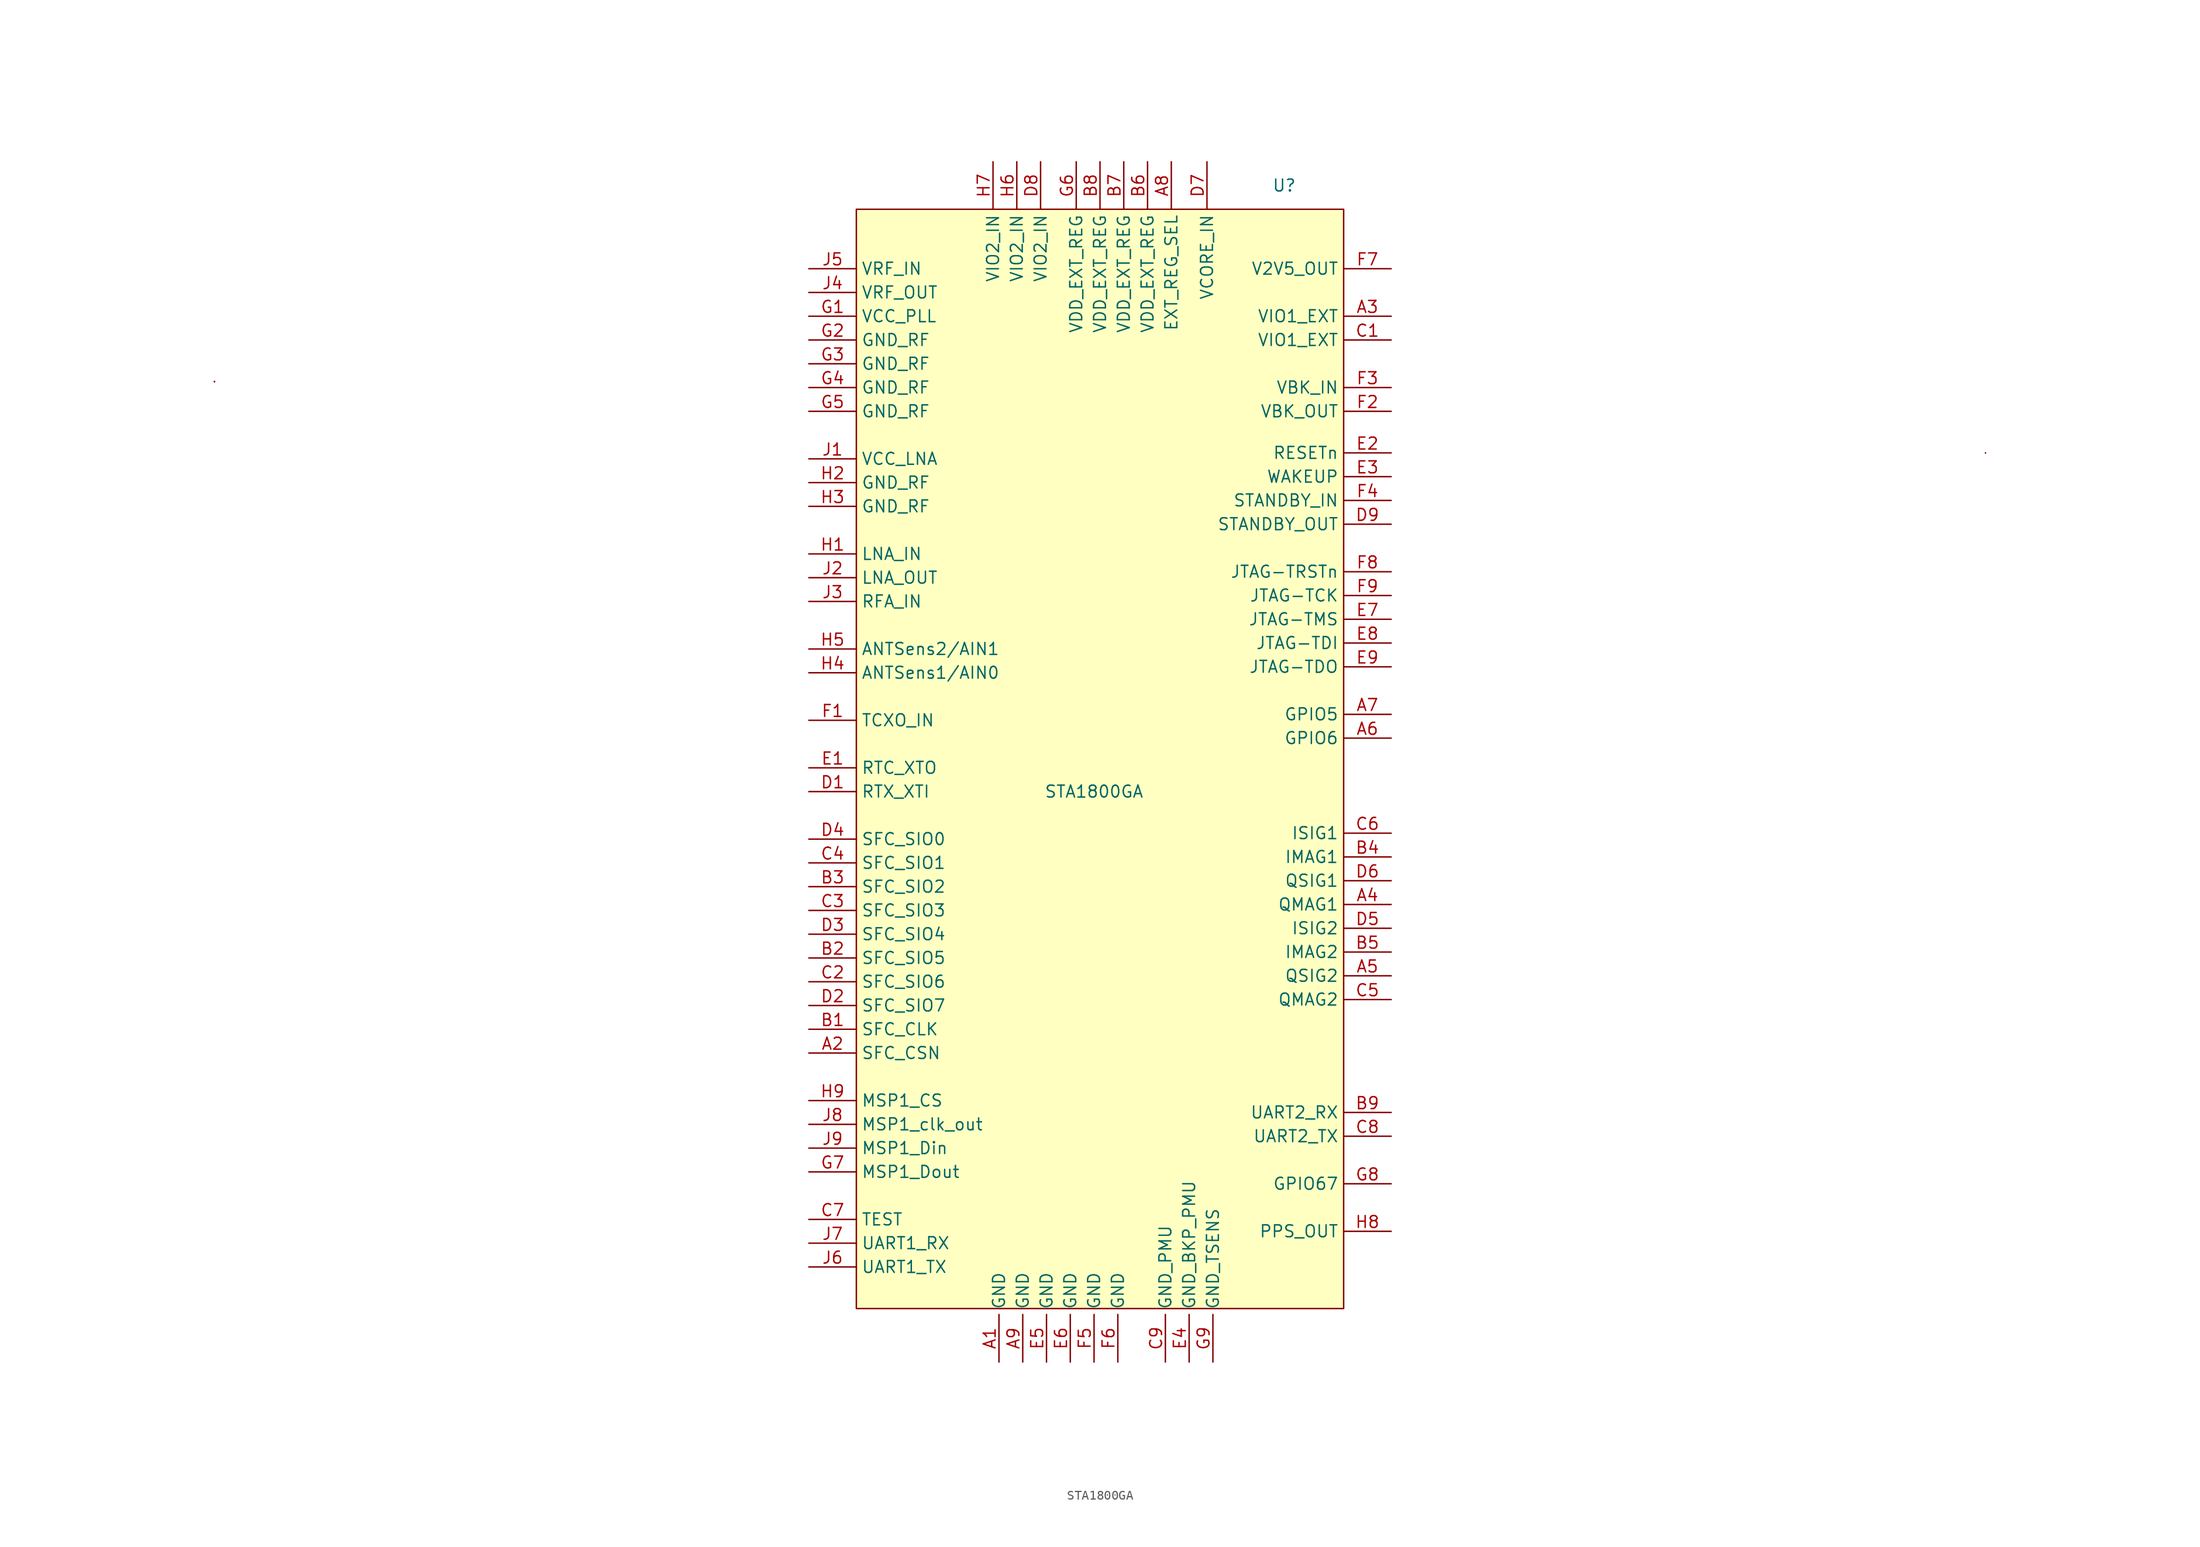
<source format=kicad_sym>
(kicad_symbol_lib
  (version 20211014)
  (generator kicad_symbol_editor)
  (symbol "STA1800GA"
    (property "Reference" "U"
      (at 19.05 53.34 0)
      (effects (font (size 1.27 1.27))))
    (property "Value" "STA1800GA"
      (at -1.27 -11.43 0)
      (effects (font (size 1.27 1.27))))
    (symbol "STA1800GA_0_1"
      (rectangle (start -95.25 32.385) (end -95.25 32.385) (stroke (width 0) (type default) (color 0 0 0 0)) (fill (type none)))
      (rectangle (start -95.25 32.385) (end -95.25 32.385) (stroke (width 0) (type default) (color 0 0 0 0)) (fill (type none)))
      (rectangle (start -95.25 32.385) (end -95.25 32.385) (stroke (width 0) (type default) (color 0 0 0 0)) (fill (type none)))
      (rectangle (start -95.25 32.385) (end -95.25 32.385) (stroke (width 0) (type default) (color 0 0 0 0)) (fill (type none)))
      (rectangle (start -95.25 32.385) (end -95.25 32.385) (stroke (width 0) (type default) (color 0 0 0 0)) (fill (type none)))
      (rectangle (start -95.25 32.385) (end -95.25 32.385) (stroke (width 0) (type default) (color 0 0 0 0)) (fill (type none)))
      (rectangle (start -26.67 50.8) (end 25.4 -66.675) (stroke (width 0) (type default) (color 0 0 0 0)) (fill (type background)))
      (rectangle (start 93.98 24.765) (end 93.98 24.765) (stroke (width 0) (type default) (color 0 0 0 0)) (fill (type none)))
      (rectangle (start 93.98 24.765) (end 93.98 24.765) (stroke (width 0) (type default) (color 0 0 0 0)) (fill (type none))))
    (symbol "STA1800GA_1_1"
      (pin power_in line (at -11.43 -72.39 90) (length 5.08) (name "GND" (effects (font (size 1.27 1.27)))) (number "A1" (effects (font (size 1.27 1.27)))))
      (pin output line (at -31.75 -39.37 0) (length 5.08) (name "SFC_CSN" (effects (font (size 1.27 1.27)))) (number "A2" (effects (font (size 1.27 1.27)))))
      (pin power_out line (at 30.48 39.37 180) (length 5.08) (name "VIO1_EXT" (effects (font (size 1.27 1.27)))) (number "A3" (effects (font (size 1.27 1.27)))))
      (pin input line (at 30.48 -23.495 180) (length 5.08) (name "QMAG1" (effects (font (size 1.27 1.27)))) (number "A4" (effects (font (size 1.27 1.27)))))
      (pin input line (at 30.48 -31.115 180) (length 5.08) (name "QSIG2" (effects (font (size 1.27 1.27)))) (number "A5" (effects (font (size 1.27 1.27)))))
      (pin bidirectional line (at 30.48 -5.715 180) (length 5.08) (name "GPIO6" (effects (font (size 1.27 1.27)))) (number "A6" (effects (font (size 1.27 1.27)))))
      (pin bidirectional line (at 30.48 -3.175 180) (length 5.08) (name "GPIO5" (effects (font (size 1.27 1.27)))) (number "A7" (effects (font (size 1.27 1.27)))))
      (pin input line (at 6.985 55.88 270) (length 5.08) (name "EXT_REG_SEL" (effects (font (size 1.27 1.27)))) (number "A8" (effects (font (size 1.27 1.27)))))
      (pin power_in line (at -8.89 -72.39 90) (length 5.08) (name "GND" (effects (font (size 1.27 1.27)))) (number "A9" (effects (font (size 1.27 1.27)))))
      (pin output line (at -31.75 -36.83 0) (length 5.08) (name "SFC_CLK" (effects (font (size 1.27 1.27)))) (number "B1" (effects (font (size 1.27 1.27)))))
      (pin bidirectional line (at -31.75 -29.21 0) (length 5.08) (name "SFC_SIO5" (effects (font (size 1.27 1.27)))) (number "B2" (effects (font (size 1.27 1.27)))))
      (pin bidirectional line (at -31.75 -21.59 0) (length 5.08) (name "SFC_SIO2" (effects (font (size 1.27 1.27)))) (number "B3" (effects (font (size 1.27 1.27)))))
      (pin input line (at 30.48 -18.415 180) (length 5.08) (name "IMAG1" (effects (font (size 1.27 1.27)))) (number "B4" (effects (font (size 1.27 1.27)))))
      (pin input line (at 30.48 -28.575 180) (length 5.08) (name "IMAG2" (effects (font (size 1.27 1.27)))) (number "B5" (effects (font (size 1.27 1.27)))))
      (pin power_out line (at 4.445 55.88 270) (length 5.08) (name "VDD_EXT_REG" (effects (font (size 1.27 1.27)))) (number "B6" (effects (font (size 1.27 1.27)))))
      (pin power_out line (at 1.905 55.88 270) (length 5.08) (name "VDD_EXT_REG" (effects (font (size 1.27 1.27)))) (number "B7" (effects (font (size 1.27 1.27)))))
      (pin power_out line (at -0.635 55.88 270) (length 5.08) (name "VDD_EXT_REG" (effects (font (size 1.27 1.27)))) (number "B8" (effects (font (size 1.27 1.27)))))
      (pin bidirectional line (at 30.48 -45.72 180) (length 5.08) (name "UART2_RX" (effects (font (size 1.27 1.27)))) (number "B9" (effects (font (size 1.27 1.27)))))
      (pin power_out line (at 30.48 36.83 180) (length 5.08) (name "VIO1_EXT" (effects (font (size 1.27 1.27)))) (number "C1" (effects (font (size 1.27 1.27)))))
      (pin bidirectional line (at -31.75 -31.75 0) (length 5.08) (name "SFC_SIO6" (effects (font (size 1.27 1.27)))) (number "C2" (effects (font (size 1.27 1.27)))))
      (pin bidirectional line (at -31.75 -24.13 0) (length 5.08) (name "SFC_SIO3" (effects (font (size 1.27 1.27)))) (number "C3" (effects (font (size 1.27 1.27)))))
      (pin bidirectional line (at -31.75 -19.05 0) (length 5.08) (name "SFC_SIO1" (effects (font (size 1.27 1.27)))) (number "C4" (effects (font (size 1.27 1.27)))))
      (pin input line (at 30.48 -33.655 180) (length 5.08) (name "QMAG2" (effects (font (size 1.27 1.27)))) (number "C5" (effects (font (size 1.27 1.27)))))
      (pin input line (at 30.48 -15.875 180) (length 5.08) (name "ISIG1" (effects (font (size 1.27 1.27)))) (number "C6" (effects (font (size 1.27 1.27)))))
      (pin input line (at -31.75 -57.15 0) (length 5.08) (name "TEST" (effects (font (size 1.27 1.27)))) (number "C7" (effects (font (size 1.27 1.27)))))
      (pin bidirectional line (at 30.48 -48.26 180) (length 5.08) (name "UART2_TX" (effects (font (size 1.27 1.27)))) (number "C8" (effects (font (size 1.27 1.27)))))
      (pin power_in line (at 6.35 -72.39 90) (length 5.08) (name "GND_PMU" (effects (font (size 1.27 1.27)))) (number "C9" (effects (font (size 1.27 1.27)))))
      (pin input line (at -31.75 -11.43 0) (length 5.08) (name "RTX_XTI" (effects (font (size 1.27 1.27)))) (number "D1" (effects (font (size 1.27 1.27)))))
      (pin bidirectional line (at -31.75 -34.29 0) (length 5.08) (name "SFC_SIO7" (effects (font (size 1.27 1.27)))) (number "D2" (effects (font (size 1.27 1.27)))))
      (pin bidirectional line (at -31.75 -26.67 0) (length 5.08) (name "SFC_SIO4" (effects (font (size 1.27 1.27)))) (number "D3" (effects (font (size 1.27 1.27)))))
      (pin bidirectional line (at -31.75 -16.51 0) (length 5.08) (name "SFC_SIO0" (effects (font (size 1.27 1.27)))) (number "D4" (effects (font (size 1.27 1.27)))))
      (pin input line (at 30.48 -26.035 180) (length 5.08) (name "ISIG2" (effects (font (size 1.27 1.27)))) (number "D5" (effects (font (size 1.27 1.27)))))
      (pin input line (at 30.48 -20.955 180) (length 5.08) (name "QSIG1" (effects (font (size 1.27 1.27)))) (number "D6" (effects (font (size 1.27 1.27)))))
      (pin power_in line (at 10.795 55.88 270) (length 5.08) (name "VCORE_IN" (effects (font (size 1.27 1.27)))) (number "D7" (effects (font (size 1.27 1.27)))))
      (pin power_in line (at -6.985 55.88 270) (length 5.08) (name "VIO2_IN" (effects (font (size 1.27 1.27)))) (number "D8" (effects (font (size 1.27 1.27)))))
      (pin output line (at 30.48 17.145 180) (length 5.08) (name "STANDBY_OUT" (effects (font (size 1.27 1.27)))) (number "D9" (effects (font (size 1.27 1.27)))))
      (pin output line (at -31.75 -8.89 0) (length 5.08) (name "RTC_XTO" (effects (font (size 1.27 1.27)))) (number "E1" (effects (font (size 1.27 1.27)))))
      (pin input line (at 30.48 24.765 180) (length 5.08) (name "RESETn" (effects (font (size 1.27 1.27)))) (number "E2" (effects (font (size 1.27 1.27)))))
      (pin input line (at 30.48 22.225 180) (length 5.08) (name "WAKEUP" (effects (font (size 1.27 1.27)))) (number "E3" (effects (font (size 1.27 1.27)))))
      (pin power_in line (at 8.89 -72.39 90) (length 5.08) (name "GND_BKP_PMU" (effects (font (size 1.27 1.27)))) (number "E4" (effects (font (size 1.27 1.27)))))
      (pin power_in line (at -6.35 -72.39 90) (length 5.08) (name "GND" (effects (font (size 1.27 1.27)))) (number "E5" (effects (font (size 1.27 1.27)))))
      (pin power_in line (at -3.81 -72.39 90) (length 5.08) (name "GND" (effects (font (size 1.27 1.27)))) (number "E6" (effects (font (size 1.27 1.27)))))
      (pin bidirectional line (at 30.48 6.985 180) (length 5.08) (name "JTAG-TMS" (effects (font (size 1.27 1.27)))) (number "E7" (effects (font (size 1.27 1.27)))))
      (pin bidirectional line (at 30.48 4.445 180) (length 5.08) (name "JTAG-TDI" (effects (font (size 1.27 1.27)))) (number "E8" (effects (font (size 1.27 1.27)))))
      (pin bidirectional line (at 30.48 1.905 180) (length 5.08) (name "JTAG-TDO" (effects (font (size 1.27 1.27)))) (number "E9" (effects (font (size 1.27 1.27)))))
      (pin input line (at -31.75 -3.81 0) (length 5.08) (name "TCXO_IN" (effects (font (size 1.27 1.27)))) (number "F1" (effects (font (size 1.27 1.27)))))
      (pin power_out line (at 30.48 29.21 180) (length 5.08) (name "VBK_OUT" (effects (font (size 1.27 1.27)))) (number "F2" (effects (font (size 1.27 1.27)))))
      (pin power_in line (at 30.48 31.75 180) (length 5.08) (name "VBK_IN" (effects (font (size 1.27 1.27)))) (number "F3" (effects (font (size 1.27 1.27)))))
      (pin input line (at 30.48 19.685 180) (length 5.08) (name "STANDBY_IN" (effects (font (size 1.27 1.27)))) (number "F4" (effects (font (size 1.27 1.27)))))
      (pin power_in line (at -1.27 -72.39 90) (length 5.08) (name "GND" (effects (font (size 1.27 1.27)))) (number "F5" (effects (font (size 1.27 1.27)))))
      (pin power_in line (at 1.27 -72.39 90) (length 5.08) (name "GND" (effects (font (size 1.27 1.27)))) (number "F6" (effects (font (size 1.27 1.27)))))
      (pin power_out line (at 30.48 44.45 180) (length 5.08) (name "V2V5_OUT" (effects (font (size 1.27 1.27)))) (number "F7" (effects (font (size 1.27 1.27)))))
      (pin bidirectional line (at 30.48 12.065 180) (length 5.08) (name "JTAG-TRSTn" (effects (font (size 1.27 1.27)))) (number "F8" (effects (font (size 1.27 1.27)))))
      (pin bidirectional line (at 30.48 9.525 180) (length 5.08) (name "JTAG-TCK" (effects (font (size 1.27 1.27)))) (number "F9" (effects (font (size 1.27 1.27)))))
      (pin power_in line (at -31.75 39.37 0) (length 5.08) (name "VCC_PLL" (effects (font (size 1.27 1.27)))) (number "G1" (effects (font (size 1.27 1.27)))))
      (pin power_in line (at -31.75 36.83 0) (length 5.08) (name "GND_RF" (effects (font (size 1.27 1.27)))) (number "G2" (effects (font (size 1.27 1.27)))))
      (pin power_in line (at -31.75 34.29 0) (length 5.08) (name "GND_RF" (effects (font (size 1.27 1.27)))) (number "G3" (effects (font (size 1.27 1.27)))))
      (pin power_in line (at -31.75 31.75 0) (length 5.08) (name "GND_RF" (effects (font (size 1.27 1.27)))) (number "G4" (effects (font (size 1.27 1.27)))))
      (pin power_in line (at -31.75 29.21 0) (length 5.08) (name "GND_RF" (effects (font (size 1.27 1.27)))) (number "G5" (effects (font (size 1.27 1.27)))))
      (pin power_out line (at -3.175 55.88 270) (length 5.08) (name "VDD_EXT_REG" (effects (font (size 1.27 1.27)))) (number "G6" (effects (font (size 1.27 1.27)))))
      (pin bidirectional line (at -31.75 -52.07 0) (length 5.08) (name "MSP1_Dout" (effects (font (size 1.27 1.27)))) (number "G7" (effects (font (size 1.27 1.27)))))
      (pin bidirectional line (at 30.48 -53.34 180) (length 5.08) (name "GPIO67" (effects (font (size 1.27 1.27)))) (number "G8" (effects (font (size 1.27 1.27)))))
      (pin power_in line (at 11.43 -72.39 90) (length 5.08) (name "GND_TSENS" (effects (font (size 1.27 1.27)))) (number "G9" (effects (font (size 1.27 1.27)))))
      (pin input line (at -31.75 13.97 0) (length 5.08) (name "LNA_IN" (effects (font (size 1.27 1.27)))) (number "H1" (effects (font (size 1.27 1.27)))))
      (pin power_in line (at -31.75 21.59 0) (length 5.08) (name "GND_RF" (effects (font (size 1.27 1.27)))) (number "H2" (effects (font (size 1.27 1.27)))))
      (pin power_in line (at -31.75 19.05 0) (length 5.08) (name "GND_RF" (effects (font (size 1.27 1.27)))) (number "H3" (effects (font (size 1.27 1.27)))))
      (pin input line (at -31.75 1.27 0) (length 5.08) (name "ANTSens1/AIN0" (effects (font (size 1.27 1.27)))) (number "H4" (effects (font (size 1.27 1.27)))))
      (pin input line (at -31.75 3.81 0) (length 5.08) (name "ANTSens2/AIN1" (effects (font (size 1.27 1.27)))) (number "H5" (effects (font (size 1.27 1.27)))))
      (pin power_in line (at -9.525 55.88 270) (length 5.08) (name "VIO2_IN" (effects (font (size 1.27 1.27)))) (number "H6" (effects (font (size 1.27 1.27)))))
      (pin power_in line (at -12.065 55.88 270) (length 5.08) (name "VIO2_IN" (effects (font (size 1.27 1.27)))) (number "H7" (effects (font (size 1.27 1.27)))))
      (pin bidirectional line (at 30.48 -58.42 180) (length 5.08) (name "PPS_OUT" (effects (font (size 1.27 1.27)))) (number "H8" (effects (font (size 1.27 1.27)))))
      (pin bidirectional line (at -31.75 -44.45 0) (length 5.08) (name "MSP1_CS" (effects (font (size 1.27 1.27)))) (number "H9" (effects (font (size 1.27 1.27)))))
      (pin power_in line (at -31.75 24.13 0) (length 5.08) (name "VCC_LNA" (effects (font (size 1.27 1.27)))) (number "J1" (effects (font (size 1.27 1.27)))))
      (pin output line (at -31.75 11.43 0) (length 5.08) (name "LNA_OUT" (effects (font (size 1.27 1.27)))) (number "J2" (effects (font (size 1.27 1.27)))))
      (pin input line (at -31.75 8.89 0) (length 5.08) (name "RFA_IN" (effects (font (size 1.27 1.27)))) (number "J3" (effects (font (size 1.27 1.27)))))
      (pin power_out line (at -31.75 41.91 0) (length 5.08) (name "VRF_OUT" (effects (font (size 1.27 1.27)))) (number "J4" (effects (font (size 1.27 1.27)))))
      (pin power_in line (at -31.75 44.45 0) (length 5.08) (name "VRF_IN" (effects (font (size 1.27 1.27)))) (number "J5" (effects (font (size 1.27 1.27)))))
      (pin bidirectional line (at -31.75 -62.23 0) (length 5.08) (name "UART1_TX" (effects (font (size 1.27 1.27)))) (number "J6" (effects (font (size 1.27 1.27)))))
      (pin bidirectional line (at -31.75 -59.69 0) (length 5.08) (name "UART1_RX" (effects (font (size 1.27 1.27)))) (number "J7" (effects (font (size 1.27 1.27)))))
      (pin bidirectional line (at -31.75 -46.99 0) (length 5.08) (name "MSP1_clk_out" (effects (font (size 1.27 1.27)))) (number "J8" (effects (font (size 1.27 1.27)))))
      (pin bidirectional line (at -31.75 -49.53 0) (length 5.08) (name "MSP1_Din" (effects (font (size 1.27 1.27)))) (number "J9" (effects (font (size 1.27 1.27))))))))
</source>
